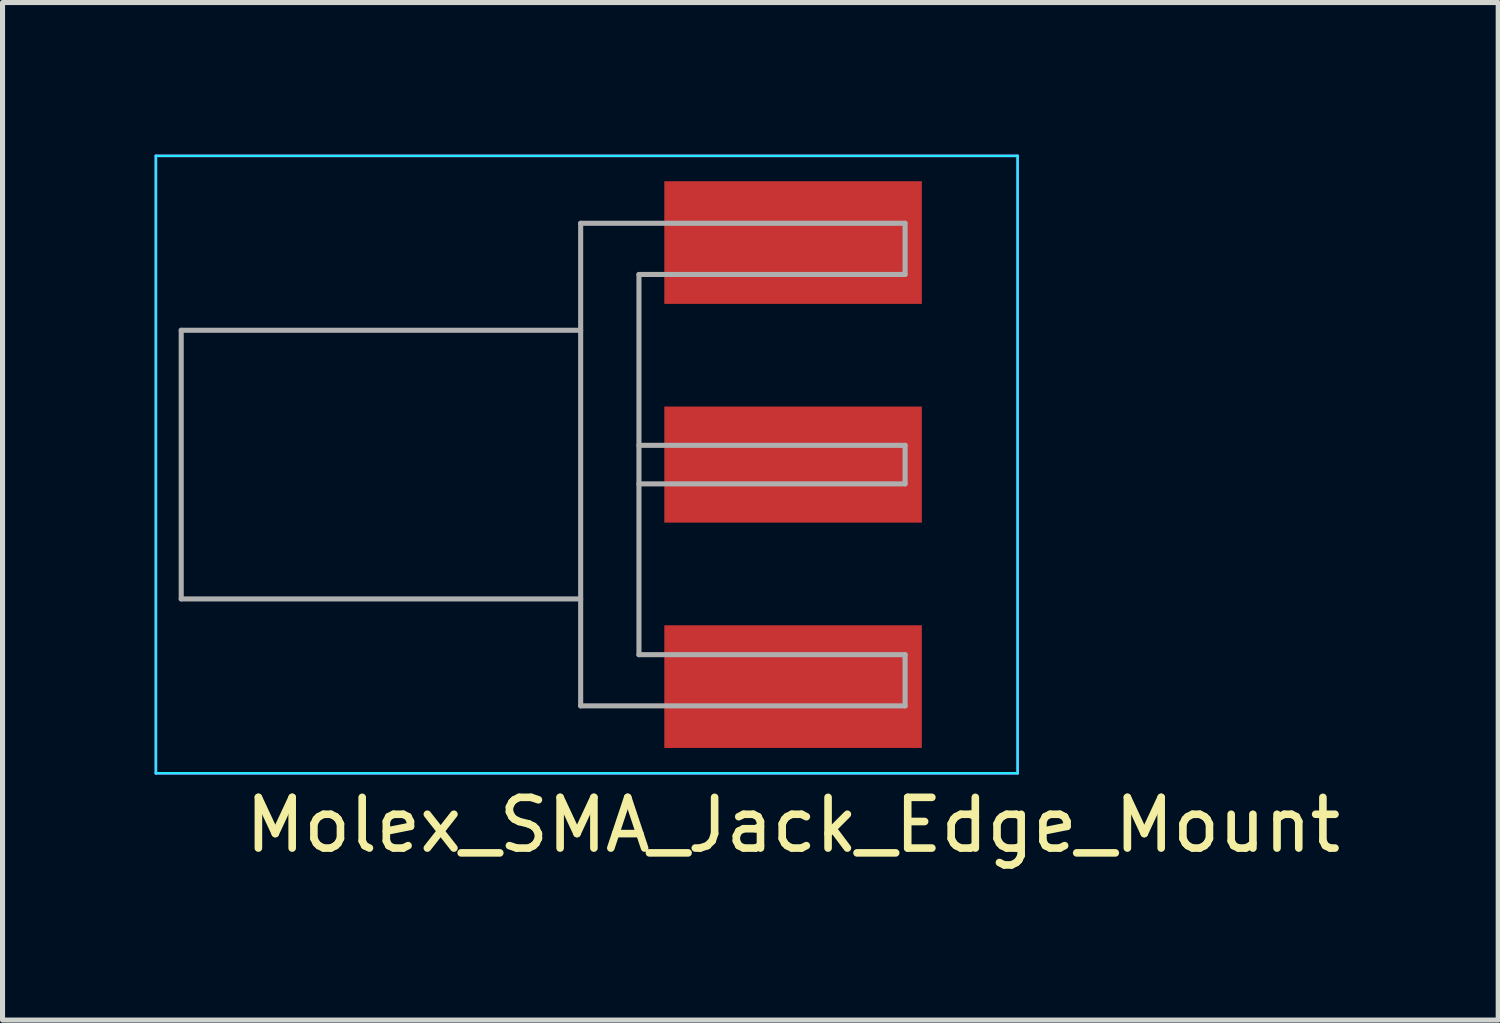
<source format=kicad_pcb>
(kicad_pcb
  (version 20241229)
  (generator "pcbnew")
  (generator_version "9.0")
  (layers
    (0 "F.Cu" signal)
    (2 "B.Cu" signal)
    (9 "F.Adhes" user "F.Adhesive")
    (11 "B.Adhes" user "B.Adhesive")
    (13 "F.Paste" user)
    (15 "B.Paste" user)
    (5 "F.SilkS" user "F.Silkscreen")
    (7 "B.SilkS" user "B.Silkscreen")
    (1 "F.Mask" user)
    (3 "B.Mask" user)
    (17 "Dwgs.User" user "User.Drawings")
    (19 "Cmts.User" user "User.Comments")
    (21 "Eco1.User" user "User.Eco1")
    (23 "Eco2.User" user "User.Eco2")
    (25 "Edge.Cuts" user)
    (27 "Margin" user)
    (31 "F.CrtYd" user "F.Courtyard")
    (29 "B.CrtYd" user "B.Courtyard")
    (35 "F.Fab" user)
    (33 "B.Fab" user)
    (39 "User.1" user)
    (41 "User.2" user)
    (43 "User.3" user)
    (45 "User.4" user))
  (footprint "Molex_SMA_Jack_Edge_Mount"
    (layer "F.Cu")
    (at 14.315 6.115)
    (property "Reference" "Molex_SMA_Jack_Edge_Mount" (at -1.72 7.11 0) (layer "F.SilkS") (effects (font (size 1 1) (thickness 0.15))))
    (attr smd)
    (fp_line (start -14.29 -6.09) (end -14.29 6.09) (stroke (width 0.05) (type solid)) (layer "B.CrtYd"))
    (fp_line (start -14.29 -6.09) (end 2.71 -6.09) (stroke (width 0.05) (type solid)) (layer "B.CrtYd"))
    (fp_line (start -14.29 6.09) (end 2.71 6.09) (stroke (width 0.05) (type solid)) (layer "B.CrtYd"))
    (fp_line (start 2.71 -6.09) (end 2.71 6.09) (stroke (width 0.05) (type solid)) (layer "B.CrtYd"))
    (fp_line (start -14.29 -6.09) (end -14.29 6.09) (stroke (width 0.05) (type solid)) (layer "F.CrtYd"))
    (fp_line (start -14.29 6.09) (end 2.71 6.09) (stroke (width 0.05) (type solid)) (layer "F.CrtYd"))
    (fp_line (start 2.71 -6.09) (end -14.29 -6.09) (stroke (width 0.05) (type solid)) (layer "F.CrtYd"))
    (fp_line (start 2.71 -6.09) (end 2.71 6.09) (stroke (width 0.05) (type solid)) (layer "F.CrtYd"))
    (fp_line (start -13.79 -2.65) (end -13.79 2.65) (stroke (width 0.1) (type solid)) (layer "F.Fab"))
    (fp_line (start -13.79 -2.65) (end -5.91 -2.65) (stroke (width 0.1) (type solid)) (layer "F.Fab"))
    (fp_line (start -13.79 2.65) (end -5.91 2.65) (stroke (width 0.1) (type solid)) (layer "F.Fab"))
    (fp_line (start -5.91 -4.76) (end -5.91 4.76) (stroke (width 0.1) (type solid)) (layer "F.Fab"))
    (fp_line (start -5.91 4.76) (end 0.49 4.76) (stroke (width 0.1) (type solid)) (layer "F.Fab"))
    (fp_line (start -4.76 -3.75) (end -4.76 3.75) (stroke (width 0.1) (type solid)) (layer "F.Fab"))
    (fp_line (start -4.76 -3.75) (end 0.49 -3.75) (stroke (width 0.1) (type solid)) (layer "F.Fab"))
    (fp_line (start -4.76 -0.38) (end 0.49 -0.38) (stroke (width 0.1) (type solid)) (layer "F.Fab"))
    (fp_line (start -4.76 0.38) (end 0.49 0.38) (stroke (width 0.1) (type solid)) (layer "F.Fab"))
    (fp_line (start -4.76 3.75) (end 0.49 3.75) (stroke (width 0.1) (type solid)) (layer "F.Fab"))
    (fp_line (start 0.49 -4.76) (end -5.91 -4.76) (stroke (width 0.1) (type solid)) (layer "F.Fab"))
    (fp_line (start 0.49 -4.76) (end 0.49 -3.75) (stroke (width 0.1) (type solid)) (layer "F.Fab"))
    (fp_line (start 0.49 -0.38) (end 0.49 0.38) (stroke (width 0.1) (type solid)) (layer "F.Fab"))
    (fp_line (start 0.49 3.75) (end 0.49 4.76) (stroke (width 0.1) (type solid)) (layer "F.Fab"))
    (pad "1" smd rect (at -1.72 0) (size 5.08 2.29) (layers "F.Cu" "F.Mask" "F.Paste"))
    (pad "2" smd rect (at -1.72 -4.38) (size 5.08 2.42) (layers "F.Cu" "F.Mask" "F.Paste"))
    (pad "2" smd rect (at -1.72 4.38) (size 5.08 2.42) (layers "F.Cu" "F.Mask" "F.Paste")))
  (gr_rect
    (start -3 -3)
    (end 26.506 17.073)
    (stroke (width 0.1) (type default))
    (fill no)
    (layer "Edge.Cuts")))
</source>
